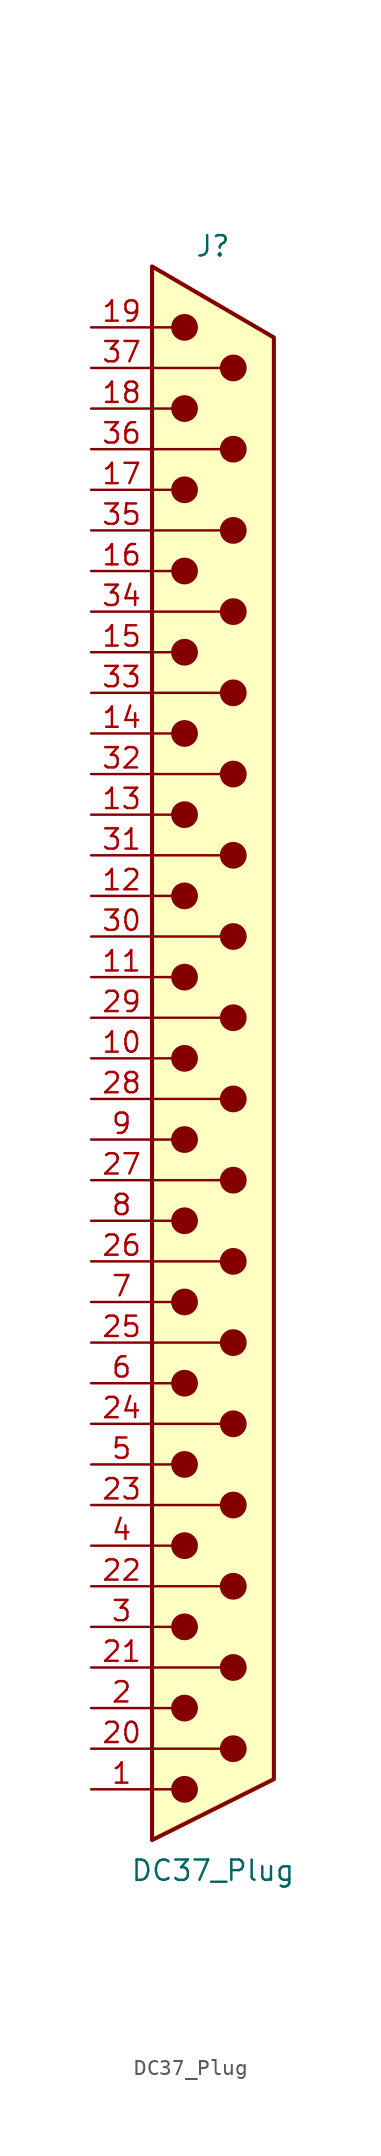
<source format=kicad_sym>
(kicad_symbol_lib
  (version 20220914)
  (generator kicad_symbol_editor)
  (symbol "DC37_Plug"
    (pin_names
      (offset 1.016) hide)
    (property "Reference" "J"
      (at 0 50.8 0)
      (effects (font (size 1.27 1.27))))
    (property "Value" "DC37_Plug"
      (at 0 -50.8 0)
      (effects (font (size 1.27 1.27))))
    (symbol "DC37_Plug_0_1"
      (circle (center -1.778 -45.72) (radius 0.762) (stroke (width 0) (type default)) (fill (type outline)))
      (circle (center -1.778 -40.64) (radius 0.762) (stroke (width 0) (type default)) (fill (type outline)))
      (circle (center -1.778 -35.56) (radius 0.762) (stroke (width 0) (type default)) (fill (type outline)))
      (circle (center -1.778 -30.48) (radius 0.762) (stroke (width 0) (type default)) (fill (type outline)))
      (circle (center -1.778 -25.4) (radius 0.762) (stroke (width 0) (type default)) (fill (type outline)))
      (circle (center -1.778 -20.32) (radius 0.762) (stroke (width 0) (type default)) (fill (type outline)))
      (circle (center -1.778 -15.24) (radius 0.762) (stroke (width 0) (type default)) (fill (type outline)))
      (circle (center -1.778 -10.16) (radius 0.762) (stroke (width 0) (type default)) (fill (type outline)))
      (circle (center -1.778 -5.08) (radius 0.762) (stroke (width 0) (type default)) (fill (type outline)))
      (circle (center -1.778 0) (radius 0.762) (stroke (width 0) (type default)) (fill (type outline)))
      (circle (center -1.778 5.08) (radius 0.762) (stroke (width 0) (type default)) (fill (type outline)))
      (circle (center -1.778 10.16) (radius 0.762) (stroke (width 0) (type default)) (fill (type outline)))
      (circle (center -1.778 15.24) (radius 0.762) (stroke (width 0) (type default)) (fill (type outline)))
      (circle (center -1.778 20.32) (radius 0.762) (stroke (width 0) (type default)) (fill (type outline)))
      (circle (center -1.778 25.4) (radius 0.762) (stroke (width 0) (type default)) (fill (type outline)))
      (circle (center -1.778 30.48) (radius 0.762) (stroke (width 0) (type default)) (fill (type outline)))
      (circle (center -1.778 35.56) (radius 0.762) (stroke (width 0) (type default)) (fill (type outline)))
      (circle (center -1.778 40.64) (radius 0.762) (stroke (width 0) (type default)) (fill (type outline)))
      (circle (center -1.778 45.72) (radius 0.762) (stroke (width 0) (type default)) (fill (type outline)))
      (polyline (pts (xy -3.81 -45.72) (xy -2.54 -45.72)) (stroke (width 0) (type default)) (fill (type none)))
      (polyline (pts (xy -3.81 -43.18) (xy 0.508 -43.18)) (stroke (width 0) (type default)) (fill (type none)))
      (polyline (pts (xy -3.81 -40.64) (xy -2.54 -40.64)) (stroke (width 0) (type default)) (fill (type none)))
      (polyline (pts (xy -3.81 -38.1) (xy 0.508 -38.1)) (stroke (width 0) (type default)) (fill (type none)))
      (polyline (pts (xy -3.81 -35.56) (xy -2.54 -35.56)) (stroke (width 0) (type default)) (fill (type none)))
      (polyline (pts (xy -3.81 -33.02) (xy 0.508 -33.02)) (stroke (width 0) (type default)) (fill (type none)))
      (polyline (pts (xy -3.81 -30.48) (xy -2.54 -30.48)) (stroke (width 0) (type default)) (fill (type none)))
      (polyline (pts (xy -3.81 -27.94) (xy 0.508 -27.94)) (stroke (width 0) (type default)) (fill (type none)))
      (polyline (pts (xy -3.81 -25.4) (xy -2.54 -25.4)) (stroke (width 0) (type default)) (fill (type none)))
      (polyline (pts (xy -3.81 -22.86) (xy 0.508 -22.86)) (stroke (width 0) (type default)) (fill (type none)))
      (polyline (pts (xy -3.81 -20.32) (xy -2.54 -20.32)) (stroke (width 0) (type default)) (fill (type none)))
      (polyline (pts (xy -3.81 -17.78) (xy 0.508 -17.78)) (stroke (width 0) (type default)) (fill (type none)))
      (polyline (pts (xy -3.81 -15.24) (xy -2.54 -15.24)) (stroke (width 0) (type default)) (fill (type none)))
      (polyline (pts (xy -3.81 -12.7) (xy 0.508 -12.7)) (stroke (width 0) (type default)) (fill (type none)))
      (polyline (pts (xy -3.81 -10.16) (xy -2.54 -10.16)) (stroke (width 0) (type default)) (fill (type none)))
      (polyline (pts (xy -3.81 -7.62) (xy 0.508 -7.62)) (stroke (width 0) (type default)) (fill (type none)))
      (polyline (pts (xy -3.81 -5.08) (xy -2.54 -5.08)) (stroke (width 0) (type default)) (fill (type none)))
      (polyline (pts (xy -3.81 -2.54) (xy 0.508 -2.54)) (stroke (width 0) (type default)) (fill (type none)))
      (polyline (pts (xy -3.81 0) (xy -2.54 0)) (stroke (width 0) (type default)) (fill (type none)))
      (polyline (pts (xy -3.81 2.54) (xy 0.508 2.54)) (stroke (width 0) (type default)) (fill (type none)))
      (polyline (pts (xy -3.81 5.08) (xy -2.54 5.08)) (stroke (width 0) (type default)) (fill (type none)))
      (polyline (pts (xy -3.81 7.62) (xy 0.508 7.62)) (stroke (width 0) (type default)) (fill (type none)))
      (polyline (pts (xy -3.81 10.16) (xy -2.54 10.16)) (stroke (width 0) (type default)) (fill (type none)))
      (polyline (pts (xy -3.81 12.7) (xy 0.508 12.7)) (stroke (width 0) (type default)) (fill (type none)))
      (polyline (pts (xy -3.81 15.24) (xy -2.54 15.24)) (stroke (width 0) (type default)) (fill (type none)))
      (polyline (pts (xy -3.81 17.78) (xy 0.508 17.78)) (stroke (width 0) (type default)) (fill (type none)))
      (polyline (pts (xy -3.81 20.32) (xy -2.54 20.32)) (stroke (width 0) (type default)) (fill (type none)))
      (polyline (pts (xy -3.81 22.86) (xy 0.508 22.86)) (stroke (width 0) (type default)) (fill (type none)))
      (polyline (pts (xy -3.81 25.4) (xy -2.54 25.4)) (stroke (width 0) (type default)) (fill (type none)))
      (polyline (pts (xy -3.81 27.94) (xy 0.508 27.94)) (stroke (width 0) (type default)) (fill (type none)))
      (polyline (pts (xy -3.81 30.48) (xy -2.54 30.48)) (stroke (width 0) (type default)) (fill (type none)))
      (polyline (pts (xy -3.81 33.02) (xy 0.508 33.02)) (stroke (width 0) (type default)) (fill (type none)))
      (polyline (pts (xy -3.81 35.56) (xy -2.54 35.56)) (stroke (width 0) (type default)) (fill (type none)))
      (polyline (pts (xy -3.81 38.1) (xy 0.508 38.1)) (stroke (width 0) (type default)) (fill (type none)))
      (polyline (pts (xy -3.81 40.64) (xy -2.54 40.64)) (stroke (width 0) (type default)) (fill (type none)))
      (polyline (pts (xy -3.81 43.18) (xy 0.508 43.18)) (stroke (width 0) (type default)) (fill (type none)))
      (polyline (pts (xy -3.81 45.72) (xy -2.54 45.72)) (stroke (width 0) (type default)) (fill (type none)))
      (polyline (pts (xy -3.81 49.53) (xy 3.81 45.085) (xy 3.81 -45.085) (xy -3.81 -48.895) (xy -3.81 49.53)) (stroke (width 0.254) (type default)) (fill (type background)))
      (circle (center 1.27 -43.18) (radius 0.762) (stroke (width 0) (type default)) (fill (type outline)))
      (circle (center 1.27 -38.1) (radius 0.762) (stroke (width 0) (type default)) (fill (type outline)))
      (circle (center 1.27 -33.02) (radius 0.762) (stroke (width 0) (type default)) (fill (type outline)))
      (circle (center 1.27 -27.94) (radius 0.762) (stroke (width 0) (type default)) (fill (type outline)))
      (circle (center 1.27 -22.86) (radius 0.762) (stroke (width 0) (type default)) (fill (type outline)))
      (circle (center 1.27 -17.78) (radius 0.762) (stroke (width 0) (type default)) (fill (type outline)))
      (circle (center 1.27 -12.7) (radius 0.762) (stroke (width 0) (type default)) (fill (type outline)))
      (circle (center 1.27 -7.62) (radius 0.762) (stroke (width 0) (type default)) (fill (type outline)))
      (circle (center 1.27 -2.54) (radius 0.762) (stroke (width 0) (type default)) (fill (type outline)))
      (circle (center 1.27 2.54) (radius 0.762) (stroke (width 0) (type default)) (fill (type outline)))
      (circle (center 1.27 7.62) (radius 0.762) (stroke (width 0) (type default)) (fill (type outline)))
      (circle (center 1.27 12.7) (radius 0.762) (stroke (width 0) (type default)) (fill (type outline)))
      (circle (center 1.27 17.78) (radius 0.762) (stroke (width 0) (type default)) (fill (type outline)))
      (circle (center 1.27 22.86) (radius 0.762) (stroke (width 0) (type default)) (fill (type outline)))
      (circle (center 1.27 27.94) (radius 0.762) (stroke (width 0) (type default)) (fill (type outline)))
      (circle (center 1.27 33.02) (radius 0.762) (stroke (width 0) (type default)) (fill (type outline)))
      (circle (center 1.27 38.1) (radius 0.762) (stroke (width 0) (type default)) (fill (type outline)))
      (circle (center 1.27 43.18) (radius 0.762) (stroke (width 0) (type default)) (fill (type outline))))
    (symbol "DC37_Plug_1_1"
      (pin passive line (at -7.62 -45.72 0) (length 3.81) (name "1" (effects (font (size 1.27 1.27)))) (number "1" (effects (font (size 1.27 1.27)))))
      (pin passive line (at -7.62 0 0) (length 3.81) (name "10" (effects (font (size 1.27 1.27)))) (number "10" (effects (font (size 1.27 1.27)))))
      (pin passive line (at -7.62 5.08 0) (length 3.81) (name "11" (effects (font (size 1.27 1.27)))) (number "11" (effects (font (size 1.27 1.27)))))
      (pin passive line (at -7.62 10.16 0) (length 3.81) (name "12" (effects (font (size 1.27 1.27)))) (number "12" (effects (font (size 1.27 1.27)))))
      (pin passive line (at -7.62 15.24 0) (length 3.81) (name "13" (effects (font (size 1.27 1.27)))) (number "13" (effects (font (size 1.27 1.27)))))
      (pin passive line (at -7.62 20.32 0) (length 3.81) (name "14" (effects (font (size 1.27 1.27)))) (number "14" (effects (font (size 1.27 1.27)))))
      (pin passive line (at -7.62 25.4 0) (length 3.81) (name "15" (effects (font (size 1.27 1.27)))) (number "15" (effects (font (size 1.27 1.27)))))
      (pin passive line (at -7.62 30.48 0) (length 3.81) (name "16" (effects (font (size 1.27 1.27)))) (number "16" (effects (font (size 1.27 1.27)))))
      (pin passive line (at -7.62 35.56 0) (length 3.81) (name "17" (effects (font (size 1.27 1.27)))) (number "17" (effects (font (size 1.27 1.27)))))
      (pin passive line (at -7.62 40.64 0) (length 3.81) (name "18" (effects (font (size 1.27 1.27)))) (number "18" (effects (font (size 1.27 1.27)))))
      (pin passive line (at -7.62 45.72 0) (length 3.81) (name "19" (effects (font (size 1.27 1.27)))) (number "19" (effects (font (size 1.27 1.27)))))
      (pin passive line (at -7.62 -40.64 0) (length 3.81) (name "2" (effects (font (size 1.27 1.27)))) (number "2" (effects (font (size 1.27 1.27)))))
      (pin passive line (at -7.62 -43.18 0) (length 3.81) (name "20" (effects (font (size 1.27 1.27)))) (number "20" (effects (font (size 1.27 1.27)))))
      (pin passive line (at -7.62 -38.1 0) (length 3.81) (name "21" (effects (font (size 1.27 1.27)))) (number "21" (effects (font (size 1.27 1.27)))))
      (pin passive line (at -7.62 -33.02 0) (length 3.81) (name "22" (effects (font (size 1.27 1.27)))) (number "22" (effects (font (size 1.27 1.27)))))
      (pin passive line (at -7.62 -27.94 0) (length 3.81) (name "23" (effects (font (size 1.27 1.27)))) (number "23" (effects (font (size 1.27 1.27)))))
      (pin passive line (at -7.62 -22.86 0) (length 3.81) (name "24" (effects (font (size 1.27 1.27)))) (number "24" (effects (font (size 1.27 1.27)))))
      (pin passive line (at -7.62 -17.78 0) (length 3.81) (name "25" (effects (font (size 1.27 1.27)))) (number "25" (effects (font (size 1.27 1.27)))))
      (pin passive line (at -7.62 -12.7 0) (length 3.81) (name "26" (effects (font (size 1.27 1.27)))) (number "26" (effects (font (size 1.27 1.27)))))
      (pin passive line (at -7.62 -7.62 0) (length 3.81) (name "27" (effects (font (size 1.27 1.27)))) (number "27" (effects (font (size 1.27 1.27)))))
      (pin passive line (at -7.62 -2.54 0) (length 3.81) (name "28" (effects (font (size 1.27 1.27)))) (number "28" (effects (font (size 1.27 1.27)))))
      (pin passive line (at -7.62 2.54 0) (length 3.81) (name "29" (effects (font (size 1.27 1.27)))) (number "29" (effects (font (size 1.27 1.27)))))
      (pin passive line (at -7.62 -35.56 0) (length 3.81) (name "3" (effects (font (size 1.27 1.27)))) (number "3" (effects (font (size 1.27 1.27)))))
      (pin passive line (at -7.62 7.62 0) (length 3.81) (name "30" (effects (font (size 1.27 1.27)))) (number "30" (effects (font (size 1.27 1.27)))))
      (pin passive line (at -7.62 12.7 0) (length 3.81) (name "31" (effects (font (size 1.27 1.27)))) (number "31" (effects (font (size 1.27 1.27)))))
      (pin passive line (at -7.62 17.78 0) (length 3.81) (name "32" (effects (font (size 1.27 1.27)))) (number "32" (effects (font (size 1.27 1.27)))))
      (pin passive line (at -7.62 22.86 0) (length 3.81) (name "33" (effects (font (size 1.27 1.27)))) (number "33" (effects (font (size 1.27 1.27)))))
      (pin passive line (at -7.62 27.94 0) (length 3.81) (name "34" (effects (font (size 1.27 1.27)))) (number "34" (effects (font (size 1.27 1.27)))))
      (pin passive line (at -7.62 33.02 0) (length 3.81) (name "35" (effects (font (size 1.27 1.27)))) (number "35" (effects (font (size 1.27 1.27)))))
      (pin passive line (at -7.62 38.1 0) (length 3.81) (name "36" (effects (font (size 1.27 1.27)))) (number "36" (effects (font (size 1.27 1.27)))))
      (pin passive line (at -7.62 43.18 0) (length 3.81) (name "37" (effects (font (size 1.27 1.27)))) (number "37" (effects (font (size 1.27 1.27)))))
      (pin passive line (at -7.62 -30.48 0) (length 3.81) (name "4" (effects (font (size 1.27 1.27)))) (number "4" (effects (font (size 1.27 1.27)))))
      (pin passive line (at -7.62 -25.4 0) (length 3.81) (name "5" (effects (font (size 1.27 1.27)))) (number "5" (effects (font (size 1.27 1.27)))))
      (pin passive line (at -7.62 -20.32 0) (length 3.81) (name "6" (effects (font (size 1.27 1.27)))) (number "6" (effects (font (size 1.27 1.27)))))
      (pin passive line (at -7.62 -15.24 0) (length 3.81) (name "7" (effects (font (size 1.27 1.27)))) (number "7" (effects (font (size 1.27 1.27)))))
      (pin passive line (at -7.62 -10.16 0) (length 3.81) (name "8" (effects (font (size 1.27 1.27)))) (number "8" (effects (font (size 1.27 1.27)))))
      (pin passive line (at -7.62 -5.08 0) (length 3.81) (name "9" (effects (font (size 1.27 1.27)))) (number "9" (effects (font (size 1.27 1.27))))))))
</source>
